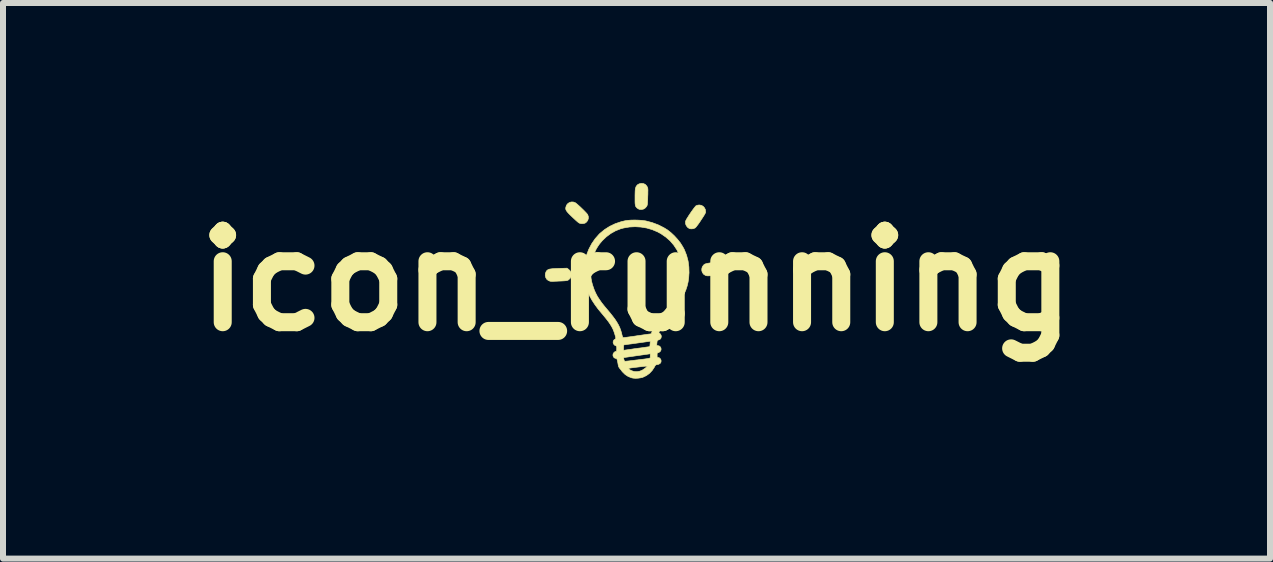
<source format=kicad_pcb>
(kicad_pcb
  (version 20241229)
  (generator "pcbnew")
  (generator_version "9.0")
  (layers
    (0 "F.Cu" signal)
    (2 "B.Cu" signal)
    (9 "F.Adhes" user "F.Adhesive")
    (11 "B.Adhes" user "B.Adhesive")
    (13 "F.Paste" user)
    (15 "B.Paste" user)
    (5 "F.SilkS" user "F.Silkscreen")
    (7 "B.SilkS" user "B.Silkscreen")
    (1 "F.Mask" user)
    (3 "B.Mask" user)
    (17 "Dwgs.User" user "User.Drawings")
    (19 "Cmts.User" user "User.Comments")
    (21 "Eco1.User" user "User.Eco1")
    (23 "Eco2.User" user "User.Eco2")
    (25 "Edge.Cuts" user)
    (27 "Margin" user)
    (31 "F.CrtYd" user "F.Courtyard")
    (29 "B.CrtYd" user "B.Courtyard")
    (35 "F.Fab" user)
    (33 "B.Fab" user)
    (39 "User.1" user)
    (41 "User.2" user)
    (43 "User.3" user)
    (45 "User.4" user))
  (footprint "icon_running"
    (layer "F.Cu")
    (at 7.555 1.629)
    (property "Reference" "icon_running" (at 0 0 0) (layer "F.SilkS") (effects (font (size 1.524 1.524) (thickness 0.3))))
    (attr through_hole)
    (fp_poly (pts (xy -1.137 -0.196) (xy -1.109 -0.17) (xy -1.092 -0.14) (xy -1.085 -0.108) (xy -1.089 -0.075) (xy -1.104 -0.045) (xy -1.13 -0.019) (xy -1.135 -0.015) (xy -1.144 -0.01) (xy -1.155 -0.006) (xy -1.17 -0.003) (xy -1.19 -0.001) (xy -1.22 0.001) (xy -1.256 0.003) (xy -1.293 0.004) (xy -1.328 0.006) (xy -1.359 0.007) (xy -1.381 0.008) (xy -1.387 0.009) (xy -1.411 0.009) (xy -1.434 0.007) (xy -1.441 0.006) (xy -1.472 -0.007) (xy -1.497 -0.028) (xy -1.513 -0.056) (xy -1.521 -0.088) (xy -1.519 -0.122) (xy -1.506 -0.154) (xy -1.506 -0.155) (xy -1.496 -0.169) (xy -1.484 -0.18) (xy -1.47 -0.188) (xy -1.451 -0.195) (xy -1.426 -0.199) (xy -1.393 -0.203) (xy -1.351 -0.205) (xy -1.299 -0.207) (xy -1.159 -0.211) (xy -1.137 -0.196)) (stroke (width 0.01) (type solid)) (fill yes) (layer "F.SilkS"))
    (fp_poly (pts (xy -1.025 -1.304) (xy -1.012 -1.296) (xy -0.991 -1.279) (xy -0.966 -1.257) (xy -0.937 -1.231) (xy -0.908 -1.203) (xy -0.879 -1.175) (xy -0.854 -1.149) (xy -0.833 -1.127) (xy -0.819 -1.11) (xy -0.814 -1.103) (xy -0.803 -1.071) (xy -0.803 -1.038) (xy -0.813 -1.007) (xy -0.833 -0.98) (xy -0.857 -0.962) (xy -0.882 -0.955) (xy -0.912 -0.953) (xy -0.941 -0.957) (xy -0.957 -0.964) (xy -0.968 -0.971) (xy -0.986 -0.986) (xy -1.01 -1.007) (xy -1.037 -1.032) (xy -1.067 -1.06) (xy -1.073 -1.066) (xy -1.109 -1.1) (xy -1.136 -1.128) (xy -1.156 -1.151) (xy -1.169 -1.17) (xy -1.177 -1.186) (xy -1.18 -1.202) (xy -1.179 -1.219) (xy -1.177 -1.229) (xy -1.166 -1.261) (xy -1.145 -1.287) (xy -1.118 -1.305) (xy -1.088 -1.314) (xy -1.056 -1.314) (xy -1.025 -1.304)) (stroke (width 0.01) (type solid)) (fill yes) (layer "F.SilkS"))
    (fp_poly (pts (xy 1.08 -1.258) (xy 1.109 -1.242) (xy 1.132 -1.217) (xy 1.147 -1.187) (xy 1.151 -1.151) (xy 1.151 -1.141) (xy 1.146 -1.129) (xy 1.136 -1.109) (xy 1.12 -1.083) (xy 1.101 -1.053) (xy 1.079 -1.02) (xy 1.057 -0.986) (xy 1.035 -0.954) (xy 1.014 -0.926) (xy 0.997 -0.903) (xy 0.983 -0.888) (xy 0.978 -0.883) (xy 0.952 -0.871) (xy 0.922 -0.866) (xy 0.892 -0.868) (xy 0.879 -0.872) (xy 0.851 -0.891) (xy 0.83 -0.918) (xy 0.817 -0.949) (xy 0.815 -0.982) (xy 0.816 -0.991) (xy 0.822 -1.005) (xy 0.833 -1.027) (xy 0.85 -1.054) (xy 0.87 -1.086) (xy 0.892 -1.119) (xy 0.915 -1.153) (xy 0.938 -1.185) (xy 0.958 -1.212) (xy 0.976 -1.234) (xy 0.988 -1.248) (xy 0.992 -1.251) (xy 1.02 -1.261) (xy 1.045 -1.264) (xy 1.08 -1.258)) (stroke (width 0.01) (type solid)) (fill yes) (layer "F.SilkS"))
    (fp_poly (pts (xy 1.427 -0.315) (xy 1.448 -0.312) (xy 1.464 -0.305) (xy 1.478 -0.296) (xy 1.492 -0.282) (xy 1.494 -0.28) (xy 1.514 -0.249) (xy 1.522 -0.216) (xy 1.518 -0.182) (xy 1.502 -0.149) (xy 1.498 -0.144) (xy 1.488 -0.132) (xy 1.476 -0.123) (xy 1.46 -0.116) (xy 1.438 -0.11) (xy 1.409 -0.105) (xy 1.371 -0.1) (xy 1.333 -0.095) (xy 1.283 -0.09) (xy 1.243 -0.086) (xy 1.213 -0.084) (xy 1.19 -0.083) (xy 1.173 -0.084) (xy 1.159 -0.087) (xy 1.148 -0.091) (xy 1.146 -0.092) (xy 1.118 -0.11) (xy 1.099 -0.136) (xy 1.088 -0.166) (xy 1.087 -0.199) (xy 1.095 -0.23) (xy 1.113 -0.258) (xy 1.123 -0.268) (xy 1.133 -0.276) (xy 1.146 -0.282) (xy 1.163 -0.287) (xy 1.185 -0.292) (xy 1.214 -0.297) (xy 1.252 -0.302) (xy 1.301 -0.307) (xy 1.317 -0.308) (xy 1.363 -0.313) (xy 1.399 -0.315) (xy 1.427 -0.315)) (stroke (width 0.01) (type solid)) (fill yes) (layer "F.SilkS"))
    (fp_poly (pts (xy 0.114 -1.621) (xy 0.145 -1.607) (xy 0.169 -1.582) (xy 0.177 -1.568) (xy 0.182 -1.559) (xy 0.185 -1.549) (xy 0.188 -1.539) (xy 0.189 -1.525) (xy 0.19 -1.506) (xy 0.189 -1.48) (xy 0.189 -1.445) (xy 0.187 -1.403) (xy 0.186 -1.358) (xy 0.184 -1.323) (xy 0.183 -1.296) (xy 0.181 -1.277) (xy 0.178 -1.263) (xy 0.175 -1.253) (xy 0.17 -1.243) (xy 0.169 -1.242) (xy 0.148 -1.216) (xy 0.12 -1.197) (xy 0.087 -1.189) (xy 0.053 -1.19) (xy 0.038 -1.195) (xy 0.022 -1.204) (xy 0.007 -1.215) (xy -0.003 -1.226) (xy -0.012 -1.237) (xy -0.017 -1.25) (xy -0.021 -1.267) (xy -0.024 -1.29) (xy -0.025 -1.321) (xy -0.025 -1.362) (xy -0.025 -1.386) (xy -0.025 -1.426) (xy -0.024 -1.464) (xy -0.023 -1.496) (xy -0.021 -1.521) (xy -0.02 -1.536) (xy -0.007 -1.572) (xy 0.014 -1.599) (xy 0.044 -1.616) (xy 0.078 -1.624) (xy 0.114 -1.621)) (stroke (width 0.01) (type solid)) (fill yes) (layer "F.SilkS"))
    (fp_poly (pts (xy 0.036 -1.011) (xy 0.094 -1.007) (xy 0.145 -1) (xy 0.157 -0.998) (xy 0.262 -0.97) (xy 0.363 -0.932) (xy 0.456 -0.885) (xy 0.513 -0.85) (xy 0.571 -0.805) (xy 0.628 -0.752) (xy 0.682 -0.693) (xy 0.731 -0.631) (xy 0.771 -0.567) (xy 0.797 -0.519) (xy 0.834 -0.425) (xy 0.859 -0.33) (xy 0.872 -0.232) (xy 0.875 -0.13) (xy 0.874 -0.125) (xy 0.869 -0.049) (xy 0.859 0.02) (xy 0.843 0.087) (xy 0.821 0.154) (xy 0.79 0.225) (xy 0.771 0.264) (xy 0.744 0.315) (xy 0.715 0.363) (xy 0.682 0.413) (xy 0.643 0.464) (xy 0.597 0.521) (xy 0.58 0.541) (xy 0.537 0.592) (xy 0.502 0.635) (xy 0.474 0.672) (xy 0.451 0.705) (xy 0.432 0.735) (xy 0.419 0.757) (xy 0.403 0.789) (xy 0.39 0.818) (xy 0.38 0.842) (xy 0.374 0.86) (xy 0.374 0.869) (xy 0.375 0.87) (xy 0.388 0.876) (xy 0.401 0.89) (xy 0.41 0.908) (xy 0.413 0.925) (xy 0.408 0.953) (xy 0.394 0.972) (xy 0.369 0.984) (xy 0.369 0.984) (xy 0.355 0.989) (xy 0.347 0.995) (xy 0.343 1.007) (xy 0.341 1.024) (xy 0.338 1.05) (xy 0.337 1.067) (xy 0.339 1.076) (xy 0.344 1.079) (xy 0.353 1.079) (xy 0.378 1.085) (xy 0.397 1.101) (xy 0.404 1.112) (xy 0.41 1.137) (xy 0.405 1.16) (xy 0.391 1.181) (xy 0.368 1.195) (xy 0.36 1.197) (xy 0.351 1.2) (xy 0.345 1.206) (xy 0.343 1.218) (xy 0.343 1.239) (xy 0.343 1.26) (xy 0.345 1.271) (xy 0.35 1.276) (xy 0.356 1.276) (xy 0.379 1.282) (xy 0.398 1.3) (xy 0.404 1.309) (xy 0.41 1.334) (xy 0.406 1.357) (xy 0.392 1.377) (xy 0.369 1.39) (xy 0.346 1.395) (xy 0.331 1.398) (xy 0.321 1.402) (xy 0.313 1.41) (xy 0.303 1.426) (xy 0.295 1.442) (xy 0.26 1.494) (xy 0.216 1.541) (xy 0.165 1.578) (xy 0.109 1.605) (xy 0.105 1.607) (xy 0.068 1.616) (xy 0.026 1.622) (xy -0.017 1.624) (xy -0.057 1.621) (xy -0.081 1.616) (xy -0.138 1.594) (xy -0.189 1.561) (xy -0.232 1.519) (xy -0.243 1.506) (xy -0.259 1.484) (xy -0.275 1.465) (xy -0.276 1.463) (xy -0.132 1.463) (xy -0.13 1.467) (xy -0.129 1.468) (xy -0.113 1.481) (xy -0.088 1.494) (xy -0.059 1.505) (xy -0.037 1.511) (xy 0.008 1.513) (xy 0.055 1.505) (xy 0.086 1.492) (xy 0.104 1.483) (xy 0.125 1.469) (xy 0.145 1.455) (xy 0.162 1.44) (xy 0.174 1.429) (xy 0.178 1.421) (xy 0.177 1.42) (xy 0.17 1.42) (xy 0.153 1.422) (xy 0.126 1.424) (xy 0.092 1.428) (xy 0.052 1.433) (xy 0.017 1.437) (xy -0.031 1.443) (xy -0.068 1.448) (xy -0.095 1.451) (xy -0.114 1.455) (xy -0.126 1.457) (xy -0.131 1.46) (xy -0.132 1.463) (xy -0.276 1.463) (xy -0.285 1.453) (xy -0.298 1.431) (xy -0.305 1.405) (xy -0.309 1.381) (xy -0.314 1.353) (xy -0.318 1.336) (xy -0.323 1.314) (xy -0.328 1.302) (xy -0.334 1.296) (xy -0.346 1.293) (xy -0.347 1.293) (xy -0.37 1.283) (xy -0.374 1.279) (xy -0.216 1.279) (xy -0.213 1.298) (xy -0.208 1.32) (xy -0.203 1.333) (xy -0.197 1.339) (xy -0.187 1.34) (xy -0.186 1.34) (xy -0.176 1.339) (xy -0.155 1.337) (xy -0.124 1.334) (xy -0.087 1.329) (xy -0.044 1.324) (xy 0.003 1.318) (xy 0.009 1.318) (xy 0.067 1.31) (xy 0.115 1.305) (xy 0.152 1.3) (xy 0.18 1.296) (xy 0.201 1.292) (xy 0.215 1.289) (xy 0.223 1.284) (xy 0.228 1.28) (xy 0.23 1.274) (xy 0.229 1.266) (xy 0.229 1.257) (xy 0.229 1.252) (xy 0.229 1.215) (xy 0.006 1.247) (xy -0.216 1.279) (xy -0.374 1.279) (xy -0.386 1.265) (xy -0.393 1.243) (xy -0.391 1.219) (xy -0.378 1.197) (xy -0.375 1.193) (xy -0.36 1.181) (xy -0.346 1.175) (xy -0.343 1.175) (xy -0.336 1.174) (xy -0.332 1.169) (xy -0.331 1.157) (xy -0.33 1.135) (xy -0.33 1.131) (xy -0.33 1.112) (xy -0.216 1.112) (xy -0.216 1.157) (xy -0.192 1.154) (xy -0.18 1.152) (xy -0.157 1.149) (xy -0.125 1.144) (xy -0.086 1.139) (xy -0.041 1.132) (xy 0.007 1.126) (xy 0.025 1.123) (xy 0.073 1.117) (xy 0.117 1.111) (xy 0.155 1.105) (xy 0.186 1.101) (xy 0.208 1.098) (xy 0.219 1.096) (xy 0.221 1.096) (xy 0.222 1.089) (xy 0.224 1.074) (xy 0.226 1.052) (xy 0.226 1.05) (xy 0.23 1.006) (xy 0.015 1.036) (xy -0.036 1.043) (xy -0.083 1.05) (xy -0.125 1.055) (xy -0.16 1.06) (xy -0.186 1.064) (xy -0.203 1.066) (xy -0.208 1.067) (xy -0.213 1.071) (xy -0.215 1.087) (xy -0.216 1.112) (xy -0.33 1.112) (xy -0.331 1.107) (xy -0.332 1.094) (xy -0.336 1.086) (xy -0.343 1.083) (xy -0.344 1.082) (xy -0.368 1.07) (xy -0.383 1.051) (xy -0.39 1.029) (xy -0.388 1.007) (xy -0.378 0.987) (xy -0.361 0.974) (xy -0.353 0.97) (xy -0.348 0.964) (xy -0.346 0.956) (xy -0.347 0.943) (xy -0.352 0.923) (xy -0.361 0.893) (xy -0.363 0.886) (xy -0.377 0.844) (xy -0.393 0.804) (xy -0.413 0.765) (xy -0.438 0.724) (xy -0.468 0.68) (xy -0.506 0.631) (xy -0.551 0.576) (xy -0.571 0.552) (xy -0.638 0.472) (xy -0.694 0.396) (xy -0.742 0.323) (xy -0.781 0.252) (xy -0.813 0.18) (xy -0.839 0.107) (xy -0.859 0.029) (xy -0.861 0.019) (xy -0.867 -0.018) (xy -0.871 -0.064) (xy -0.873 -0.115) (xy -0.873 -0.149) (xy -0.764 -0.149) (xy -0.762 -0.091) (xy -0.757 -0.039) (xy -0.748 0.011) (xy -0.734 0.064) (xy -0.723 0.097) (xy -0.703 0.154) (xy -0.679 0.207) (xy -0.652 0.259) (xy -0.618 0.311) (xy -0.579 0.367) (xy -0.531 0.427) (xy -0.495 0.47) (xy -0.441 0.534) (xy -0.395 0.592) (xy -0.357 0.643) (xy -0.326 0.691) (xy -0.3 0.736) (xy -0.279 0.78) (xy -0.263 0.824) (xy -0.249 0.87) (xy -0.244 0.894) (xy -0.237 0.92) (xy -0.232 0.935) (xy -0.227 0.943) (xy -0.221 0.946) (xy -0.219 0.946) (xy -0.209 0.945) (xy -0.189 0.943) (xy -0.159 0.939) (xy -0.122 0.934) (xy -0.078 0.928) (xy -0.028 0.921) (xy 0.016 0.914) (xy 0.067 0.907) (xy 0.115 0.9) (xy 0.157 0.894) (xy 0.192 0.889) (xy 0.219 0.886) (xy 0.236 0.883) (xy 0.242 0.883) (xy 0.246 0.877) (xy 0.252 0.862) (xy 0.259 0.841) (xy 0.26 0.838) (xy 0.276 0.796) (xy 0.297 0.748) (xy 0.323 0.699) (xy 0.35 0.652) (xy 0.374 0.618) (xy 0.39 0.596) (xy 0.413 0.568) (xy 0.439 0.535) (xy 0.467 0.501) (xy 0.488 0.476) (xy 0.547 0.405) (xy 0.596 0.339) (xy 0.637 0.276) (xy 0.671 0.216) (xy 0.699 0.156) (xy 0.723 0.093) (xy 0.723 0.091) (xy 0.741 0.035) (xy 0.753 -0.015) (xy 0.76 -0.064) (xy 0.763 -0.117) (xy 0.764 -0.156) (xy 0.758 -0.254) (xy 0.74 -0.348) (xy 0.711 -0.436) (xy 0.671 -0.519) (xy 0.62 -0.596) (xy 0.559 -0.667) (xy 0.488 -0.729) (xy 0.407 -0.785) (xy 0.35 -0.816) (xy 0.262 -0.853) (xy 0.17 -0.88) (xy 0.074 -0.896) (xy -0.023 -0.902) (xy -0.119 -0.897) (xy -0.212 -0.881) (xy -0.265 -0.867) (xy -0.349 -0.834) (xy -0.429 -0.789) (xy -0.503 -0.734) (xy -0.57 -0.67) (xy -0.618 -0.613) (xy -0.649 -0.567) (xy -0.676 -0.521) (xy -0.699 -0.47) (xy -0.72 -0.414) (xy -0.74 -0.352) (xy -0.753 -0.294) (xy -0.761 -0.237) (xy -0.764 -0.174) (xy -0.764 -0.149) (xy -0.873 -0.149) (xy -0.874 -0.169) (xy -0.872 -0.222) (xy -0.869 -0.271) (xy -0.864 -0.311) (xy -0.862 -0.324) (xy -0.833 -0.429) (xy -0.795 -0.527) (xy -0.747 -0.618) (xy -0.69 -0.701) (xy -0.624 -0.776) (xy -0.61 -0.79) (xy -0.532 -0.854) (xy -0.447 -0.908) (xy -0.355 -0.952) (xy -0.257 -0.985) (xy -0.191 -1.001) (xy -0.142 -1.008) (xy -0.086 -1.012) (xy -0.025 -1.013) (xy 0.036 -1.011)) (stroke (width 0.01) (type solid)) (fill yes) (layer "F.SilkS")))
  (gr_rect
    (start -3 -3)
    (end 18.109 6.257)
    (stroke (width 0.1) (type default))
    (fill no)
    (layer "Edge.Cuts")))
</source>
